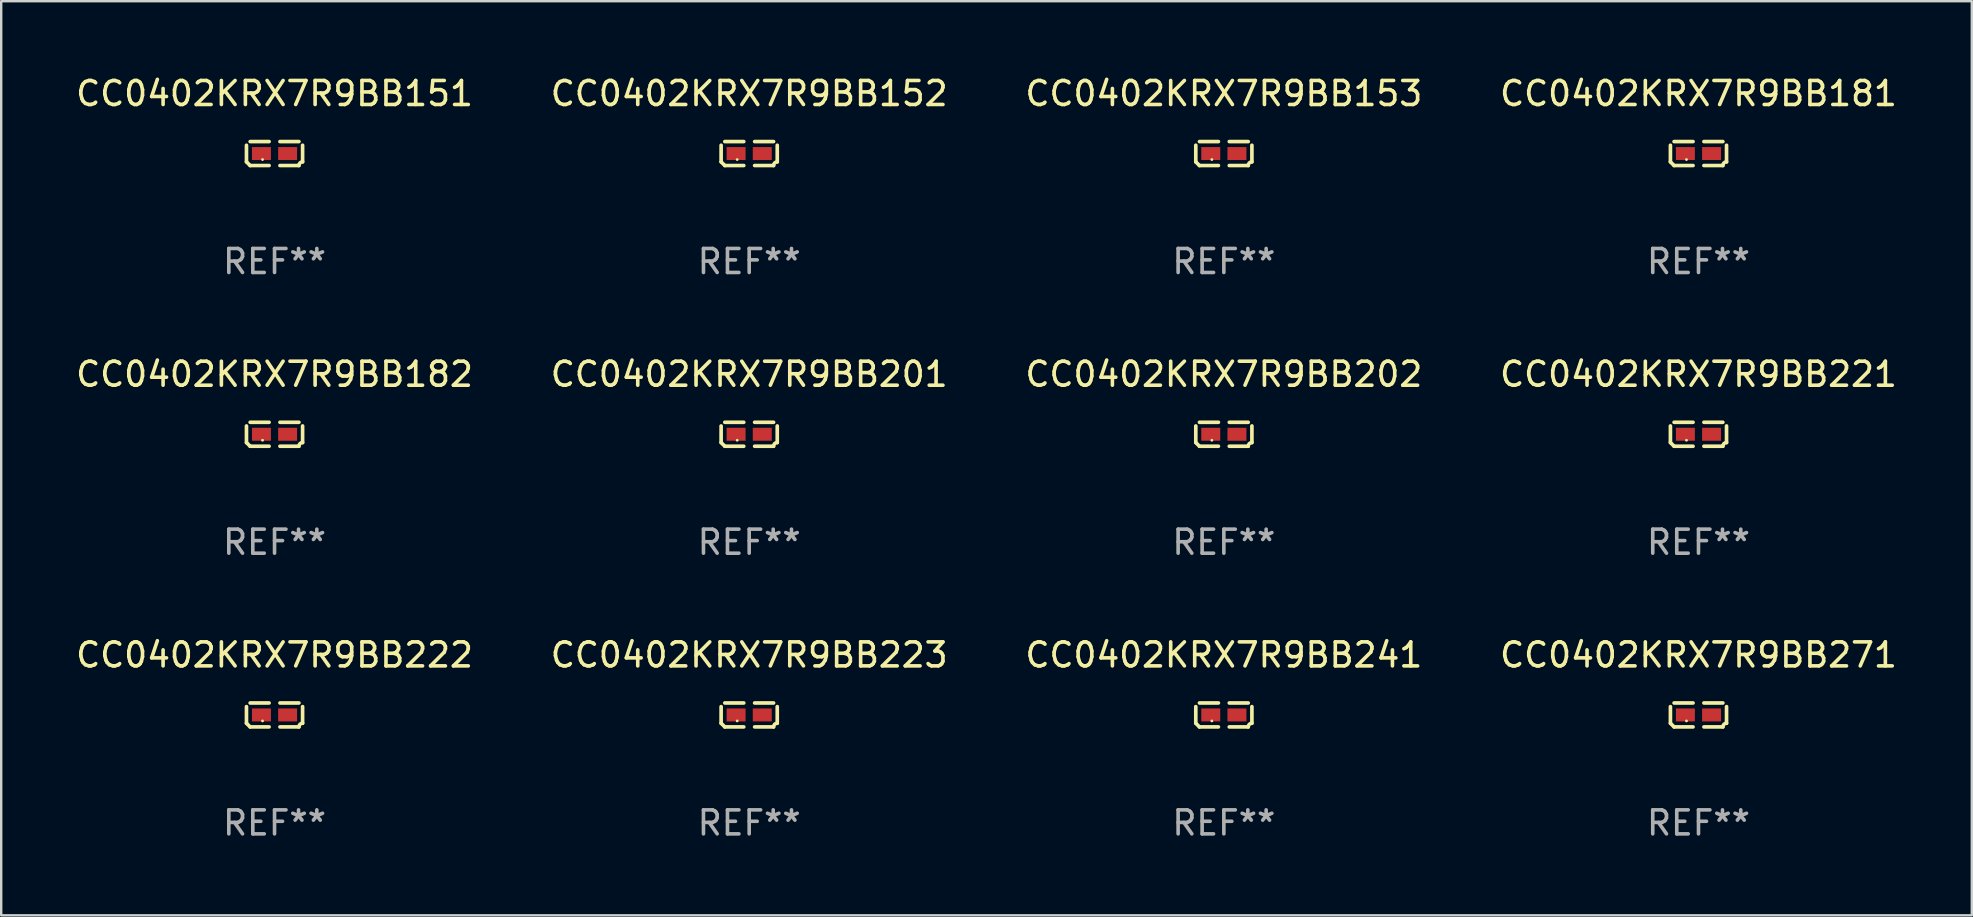
<source format=kicad_pcb>
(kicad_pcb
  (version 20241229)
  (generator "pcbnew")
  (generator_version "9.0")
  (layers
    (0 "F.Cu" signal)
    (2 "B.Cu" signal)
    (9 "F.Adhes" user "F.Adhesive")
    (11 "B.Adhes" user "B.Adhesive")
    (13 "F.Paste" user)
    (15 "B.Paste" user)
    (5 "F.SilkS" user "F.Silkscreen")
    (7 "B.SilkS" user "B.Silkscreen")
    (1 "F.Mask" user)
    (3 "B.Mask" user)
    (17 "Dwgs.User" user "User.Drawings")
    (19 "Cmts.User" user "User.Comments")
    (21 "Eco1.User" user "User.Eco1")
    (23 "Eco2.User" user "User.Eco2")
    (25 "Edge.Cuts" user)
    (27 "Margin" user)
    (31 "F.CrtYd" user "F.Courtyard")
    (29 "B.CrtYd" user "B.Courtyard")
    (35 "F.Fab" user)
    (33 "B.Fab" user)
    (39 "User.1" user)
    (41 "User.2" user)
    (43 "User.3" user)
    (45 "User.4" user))
  (footprint "CC0402KRX7R9BB153"
    (layer "F.Cu")
    (at 47.935 3.347)
    (property "Reference" "CC0402KRX7R9BB153" (at 0 -2.499 0) (layer "F.SilkS") (effects (font (size 1 1) (thickness 0.15))))
    (attr through_hole)
    (fp_line (start -1.169 0.346) (end -1.169 -0.346) (stroke (width 0.152) (type solid)) (layer "F.SilkS"))
    (fp_line (start -1.016 -0.499) (end -0.226 -0.499) (stroke (width 0.152) (type solid)) (layer "F.SilkS"))
    (fp_line (start -0.226 0.499) (end -1.016 0.499) (stroke (width 0.152) (type solid)) (layer "F.SilkS"))
    (fp_line (start 0.226 0.499) (end 1.016 0.499) (stroke (width 0.152) (type solid)) (layer "F.SilkS"))
    (fp_line (start 1.016 -0.499) (end 0.226 -0.499) (stroke (width 0.152) (type solid)) (layer "F.SilkS"))
    (fp_line (start 1.169 0.346) (end 1.169 -0.346) (stroke (width 0.152) (type solid)) (layer "F.SilkS"))
    (fp_arc (start -1.016307 0.498603) (mid -1.092512 0.422405) (end -1.16871 0.3462) (stroke (width 0.1524) (type solid)) (layer "F.SilkS"))
    (fp_arc (start 1.016307 0.498603) (mid 1.060899 0.390758) (end 1.168707 0.346076) (stroke (width 0.1524) (type solid)) (layer "F.SilkS"))
    (fp_circle (center -0.5 0.25) (end -0.47 0.25) (stroke (width 0.06) (type solid)) (fill no) (layer "F.SilkS"))
    (fp_text user "REF**" (at 0 4.499 0) (layer "F.Fab") (effects (font (size 1 1) (thickness 0.15))))
    (pad "1" smd rect (at -0.545 0) (size 0.79 0.54) (layers "F.Cu" "F.Mask" "F.Paste"))
    (pad "2" smd rect (at 0.545 0) (size 0.79 0.54) (layers "F.Cu" "F.Mask" "F.Paste")))
  (footprint "CC0402KRX7R9BB181"
    (layer "F.Cu")
    (at 67.708 3.347)
    (property "Reference" "CC0402KRX7R9BB181" (at 0 -2.499 0) (layer "F.SilkS") (effects (font (size 1 1) (thickness 0.15))))
    (attr through_hole)
    (fp_line (start -1.169 0.346) (end -1.169 -0.346) (stroke (width 0.152) (type solid)) (layer "F.SilkS"))
    (fp_line (start -1.016 -0.499) (end -0.226 -0.499) (stroke (width 0.152) (type solid)) (layer "F.SilkS"))
    (fp_line (start -0.226 0.499) (end -1.016 0.499) (stroke (width 0.152) (type solid)) (layer "F.SilkS"))
    (fp_line (start 0.226 0.499) (end 1.016 0.499) (stroke (width 0.152) (type solid)) (layer "F.SilkS"))
    (fp_line (start 1.016 -0.499) (end 0.226 -0.499) (stroke (width 0.152) (type solid)) (layer "F.SilkS"))
    (fp_line (start 1.169 0.346) (end 1.169 -0.346) (stroke (width 0.152) (type solid)) (layer "F.SilkS"))
    (fp_arc (start -1.016307 0.498603) (mid -1.092512 0.422405) (end -1.16871 0.3462) (stroke (width 0.1524) (type solid)) (layer "F.SilkS"))
    (fp_arc (start 1.016307 0.498603) (mid 1.060899 0.390758) (end 1.168707 0.346076) (stroke (width 0.1524) (type solid)) (layer "F.SilkS"))
    (fp_circle (center -0.5 0.25) (end -0.47 0.25) (stroke (width 0.06) (type solid)) (fill no) (layer "F.SilkS"))
    (fp_text user "REF**" (at 0 4.499 0) (layer "F.Fab") (effects (font (size 1 1) (thickness 0.15))))
    (pad "1" smd rect (at -0.545 0) (size 0.79 0.54) (layers "F.Cu" "F.Mask" "F.Paste"))
    (pad "2" smd rect (at 0.545 0) (size 0.79 0.54) (layers "F.Cu" "F.Mask" "F.Paste")))
  (footprint "CC0402KRX7R9BB223"
    (layer "F.Cu")
    (at 28.161 26.734)
    (property "Reference" "CC0402KRX7R9BB223" (at 0 -2.499 0) (layer "F.SilkS") (effects (font (size 1 1) (thickness 0.15))))
    (attr through_hole)
    (fp_line (start -1.169 0.346) (end -1.169 -0.346) (stroke (width 0.152) (type solid)) (layer "F.SilkS"))
    (fp_line (start -1.016 -0.499) (end -0.226 -0.499) (stroke (width 0.152) (type solid)) (layer "F.SilkS"))
    (fp_line (start -0.226 0.499) (end -1.016 0.499) (stroke (width 0.152) (type solid)) (layer "F.SilkS"))
    (fp_line (start 0.226 0.499) (end 1.016 0.499) (stroke (width 0.152) (type solid)) (layer "F.SilkS"))
    (fp_line (start 1.016 -0.499) (end 0.226 -0.499) (stroke (width 0.152) (type solid)) (layer "F.SilkS"))
    (fp_line (start 1.169 0.346) (end 1.169 -0.346) (stroke (width 0.152) (type solid)) (layer "F.SilkS"))
    (fp_arc (start -1.016307 0.498603) (mid -1.092512 0.422405) (end -1.16871 0.3462) (stroke (width 0.1524) (type solid)) (layer "F.SilkS"))
    (fp_arc (start 1.016307 0.498603) (mid 1.060899 0.390758) (end 1.168707 0.346076) (stroke (width 0.1524) (type solid)) (layer "F.SilkS"))
    (fp_circle (center -0.5 0.25) (end -0.47 0.25) (stroke (width 0.06) (type solid)) (fill no) (layer "F.SilkS"))
    (fp_text user "REF**" (at 0 4.499 0) (layer "F.Fab") (effects (font (size 1 1) (thickness 0.15))))
    (pad "1" smd rect (at -0.545 0) (size 0.79 0.54) (layers "F.Cu" "F.Mask" "F.Paste"))
    (pad "2" smd rect (at 0.545 0) (size 0.79 0.54) (layers "F.Cu" "F.Mask" "F.Paste")))
  (footprint "CC0402KRX7R9BB182"
    (layer "F.Cu")
    (at 8.387 15.041)
    (property "Reference" "CC0402KRX7R9BB182" (at 0 -2.499 0) (layer "F.SilkS") (effects (font (size 1 1) (thickness 0.15))))
    (attr through_hole)
    (fp_line (start -1.169 0.346) (end -1.169 -0.346) (stroke (width 0.152) (type solid)) (layer "F.SilkS"))
    (fp_line (start -1.016 -0.499) (end -0.226 -0.499) (stroke (width 0.152) (type solid)) (layer "F.SilkS"))
    (fp_line (start -0.226 0.499) (end -1.016 0.499) (stroke (width 0.152) (type solid)) (layer "F.SilkS"))
    (fp_line (start 0.226 0.499) (end 1.016 0.499) (stroke (width 0.152) (type solid)) (layer "F.SilkS"))
    (fp_line (start 1.016 -0.499) (end 0.226 -0.499) (stroke (width 0.152) (type solid)) (layer "F.SilkS"))
    (fp_line (start 1.169 0.346) (end 1.169 -0.346) (stroke (width 0.152) (type solid)) (layer "F.SilkS"))
    (fp_arc (start -1.016307 0.498603) (mid -1.092512 0.422405) (end -1.16871 0.3462) (stroke (width 0.1524) (type solid)) (layer "F.SilkS"))
    (fp_arc (start 1.016307 0.498603) (mid 1.060899 0.390758) (end 1.168707 0.346076) (stroke (width 0.1524) (type solid)) (layer "F.SilkS"))
    (fp_circle (center -0.5 0.25) (end -0.47 0.25) (stroke (width 0.06) (type solid)) (fill no) (layer "F.SilkS"))
    (fp_text user "REF**" (at 0 4.499 0) (layer "F.Fab") (effects (font (size 1 1) (thickness 0.15))))
    (pad "1" smd rect (at -0.545 0) (size 0.79 0.54) (layers "F.Cu" "F.Mask" "F.Paste"))
    (pad "2" smd rect (at 0.545 0) (size 0.79 0.54) (layers "F.Cu" "F.Mask" "F.Paste")))
  (footprint "CC0402KRX7R9BB151"
    (layer "F.Cu")
    (at 8.387 3.347)
    (property "Reference" "CC0402KRX7R9BB151" (at 0 -2.499 0) (layer "F.SilkS") (effects (font (size 1 1) (thickness 0.15))))
    (attr through_hole)
    (fp_line (start -1.169 0.346) (end -1.169 -0.346) (stroke (width 0.152) (type solid)) (layer "F.SilkS"))
    (fp_line (start -1.016 -0.499) (end -0.226 -0.499) (stroke (width 0.152) (type solid)) (layer "F.SilkS"))
    (fp_line (start -0.226 0.499) (end -1.016 0.499) (stroke (width 0.152) (type solid)) (layer "F.SilkS"))
    (fp_line (start 0.226 0.499) (end 1.016 0.499) (stroke (width 0.152) (type solid)) (layer "F.SilkS"))
    (fp_line (start 1.016 -0.499) (end 0.226 -0.499) (stroke (width 0.152) (type solid)) (layer "F.SilkS"))
    (fp_line (start 1.169 0.346) (end 1.169 -0.346) (stroke (width 0.152) (type solid)) (layer "F.SilkS"))
    (fp_arc (start -1.016307 0.498603) (mid -1.092512 0.422405) (end -1.16871 0.3462) (stroke (width 0.1524) (type solid)) (layer "F.SilkS"))
    (fp_arc (start 1.016307 0.498603) (mid 1.060899 0.390758) (end 1.168707 0.346076) (stroke (width 0.1524) (type solid)) (layer "F.SilkS"))
    (fp_circle (center -0.5 0.25) (end -0.47 0.25) (stroke (width 0.06) (type solid)) (fill no) (layer "F.SilkS"))
    (fp_text user "REF**" (at 0 4.499 0) (layer "F.Fab") (effects (font (size 1 1) (thickness 0.15))))
    (pad "1" smd rect (at -0.545 0) (size 0.79 0.54) (layers "F.Cu" "F.Mask" "F.Paste"))
    (pad "2" smd rect (at 0.545 0) (size 0.79 0.54) (layers "F.Cu" "F.Mask" "F.Paste")))
  (footprint "CC0402KRX7R9BB271"
    (layer "F.Cu")
    (at 67.708 26.734)
    (property "Reference" "CC0402KRX7R9BB271" (at 0 -2.499 0) (layer "F.SilkS") (effects (font (size 1 1) (thickness 0.15))))
    (attr through_hole)
    (fp_line (start -1.169 0.346) (end -1.169 -0.346) (stroke (width 0.152) (type solid)) (layer "F.SilkS"))
    (fp_line (start -1.016 -0.499) (end -0.226 -0.499) (stroke (width 0.152) (type solid)) (layer "F.SilkS"))
    (fp_line (start -0.226 0.499) (end -1.016 0.499) (stroke (width 0.152) (type solid)) (layer "F.SilkS"))
    (fp_line (start 0.226 0.499) (end 1.016 0.499) (stroke (width 0.152) (type solid)) (layer "F.SilkS"))
    (fp_line (start 1.016 -0.499) (end 0.226 -0.499) (stroke (width 0.152) (type solid)) (layer "F.SilkS"))
    (fp_line (start 1.169 0.346) (end 1.169 -0.346) (stroke (width 0.152) (type solid)) (layer "F.SilkS"))
    (fp_arc (start -1.016307 0.498603) (mid -1.092512 0.422405) (end -1.16871 0.3462) (stroke (width 0.1524) (type solid)) (layer "F.SilkS"))
    (fp_arc (start 1.016307 0.498603) (mid 1.060899 0.390758) (end 1.168707 0.346076) (stroke (width 0.1524) (type solid)) (layer "F.SilkS"))
    (fp_circle (center -0.5 0.25) (end -0.47 0.25) (stroke (width 0.06) (type solid)) (fill no) (layer "F.SilkS"))
    (fp_text user "REF**" (at 0 4.499 0) (layer "F.Fab") (effects (font (size 1 1) (thickness 0.15))))
    (pad "1" smd rect (at -0.545 0) (size 0.79 0.54) (layers "F.Cu" "F.Mask" "F.Paste"))
    (pad "2" smd rect (at 0.545 0) (size 0.79 0.54) (layers "F.Cu" "F.Mask" "F.Paste")))
  (footprint "CC0402KRX7R9BB241"
    (layer "F.Cu")
    (at 47.935 26.734)
    (property "Reference" "CC0402KRX7R9BB241" (at 0 -2.499 0) (layer "F.SilkS") (effects (font (size 1 1) (thickness 0.15))))
    (attr through_hole)
    (fp_line (start -1.169 0.346) (end -1.169 -0.346) (stroke (width 0.152) (type solid)) (layer "F.SilkS"))
    (fp_line (start -1.016 -0.499) (end -0.226 -0.499) (stroke (width 0.152) (type solid)) (layer "F.SilkS"))
    (fp_line (start -0.226 0.499) (end -1.016 0.499) (stroke (width 0.152) (type solid)) (layer "F.SilkS"))
    (fp_line (start 0.226 0.499) (end 1.016 0.499) (stroke (width 0.152) (type solid)) (layer "F.SilkS"))
    (fp_line (start 1.016 -0.499) (end 0.226 -0.499) (stroke (width 0.152) (type solid)) (layer "F.SilkS"))
    (fp_line (start 1.169 0.346) (end 1.169 -0.346) (stroke (width 0.152) (type solid)) (layer "F.SilkS"))
    (fp_arc (start -1.016307 0.498603) (mid -1.092512 0.422405) (end -1.16871 0.3462) (stroke (width 0.1524) (type solid)) (layer "F.SilkS"))
    (fp_arc (start 1.016307 0.498603) (mid 1.060899 0.390758) (end 1.168707 0.346076) (stroke (width 0.1524) (type solid)) (layer "F.SilkS"))
    (fp_circle (center -0.5 0.25) (end -0.47 0.25) (stroke (width 0.06) (type solid)) (fill no) (layer "F.SilkS"))
    (fp_text user "REF**" (at 0 4.499 0) (layer "F.Fab") (effects (font (size 1 1) (thickness 0.15))))
    (pad "1" smd rect (at -0.545 0) (size 0.79 0.54) (layers "F.Cu" "F.Mask" "F.Paste"))
    (pad "2" smd rect (at 0.545 0) (size 0.79 0.54) (layers "F.Cu" "F.Mask" "F.Paste")))
  (footprint "CC0402KRX7R9BB202"
    (layer "F.Cu")
    (at 47.935 15.041)
    (property "Reference" "CC0402KRX7R9BB202" (at 0 -2.499 0) (layer "F.SilkS") (effects (font (size 1 1) (thickness 0.15))))
    (attr through_hole)
    (fp_line (start -1.169 0.346) (end -1.169 -0.346) (stroke (width 0.152) (type solid)) (layer "F.SilkS"))
    (fp_line (start -1.016 -0.499) (end -0.226 -0.499) (stroke (width 0.152) (type solid)) (layer "F.SilkS"))
    (fp_line (start -0.226 0.499) (end -1.016 0.499) (stroke (width 0.152) (type solid)) (layer "F.SilkS"))
    (fp_line (start 0.226 0.499) (end 1.016 0.499) (stroke (width 0.152) (type solid)) (layer "F.SilkS"))
    (fp_line (start 1.016 -0.499) (end 0.226 -0.499) (stroke (width 0.152) (type solid)) (layer "F.SilkS"))
    (fp_line (start 1.169 0.346) (end 1.169 -0.346) (stroke (width 0.152) (type solid)) (layer "F.SilkS"))
    (fp_arc (start -1.016307 0.498603) (mid -1.092512 0.422405) (end -1.16871 0.3462) (stroke (width 0.1524) (type solid)) (layer "F.SilkS"))
    (fp_arc (start 1.016307 0.498603) (mid 1.060899 0.390758) (end 1.168707 0.346076) (stroke (width 0.1524) (type solid)) (layer "F.SilkS"))
    (fp_circle (center -0.5 0.25) (end -0.47 0.25) (stroke (width 0.06) (type solid)) (fill no) (layer "F.SilkS"))
    (fp_text user "REF**" (at 0 4.499 0) (layer "F.Fab") (effects (font (size 1 1) (thickness 0.15))))
    (pad "1" smd rect (at -0.545 0) (size 0.79 0.54) (layers "F.Cu" "F.Mask" "F.Paste"))
    (pad "2" smd rect (at 0.545 0) (size 0.79 0.54) (layers "F.Cu" "F.Mask" "F.Paste")))
  (footprint "CC0402KRX7R9BB222"
    (layer "F.Cu")
    (at 8.387 26.734)
    (property "Reference" "CC0402KRX7R9BB222" (at 0 -2.499 0) (layer "F.SilkS") (effects (font (size 1 1) (thickness 0.15))))
    (attr through_hole)
    (fp_line (start -1.169 0.346) (end -1.169 -0.346) (stroke (width 0.152) (type solid)) (layer "F.SilkS"))
    (fp_line (start -1.016 -0.499) (end -0.226 -0.499) (stroke (width 0.152) (type solid)) (layer "F.SilkS"))
    (fp_line (start -0.226 0.499) (end -1.016 0.499) (stroke (width 0.152) (type solid)) (layer "F.SilkS"))
    (fp_line (start 0.226 0.499) (end 1.016 0.499) (stroke (width 0.152) (type solid)) (layer "F.SilkS"))
    (fp_line (start 1.016 -0.499) (end 0.226 -0.499) (stroke (width 0.152) (type solid)) (layer "F.SilkS"))
    (fp_line (start 1.169 0.346) (end 1.169 -0.346) (stroke (width 0.152) (type solid)) (layer "F.SilkS"))
    (fp_arc (start -1.016307 0.498603) (mid -1.092512 0.422405) (end -1.16871 0.3462) (stroke (width 0.1524) (type solid)) (layer "F.SilkS"))
    (fp_arc (start 1.016307 0.498603) (mid 1.060899 0.390758) (end 1.168707 0.346076) (stroke (width 0.1524) (type solid)) (layer "F.SilkS"))
    (fp_circle (center -0.5 0.25) (end -0.47 0.25) (stroke (width 0.06) (type solid)) (fill no) (layer "F.SilkS"))
    (fp_text user "REF**" (at 0 4.499 0) (layer "F.Fab") (effects (font (size 1 1) (thickness 0.15))))
    (pad "1" smd rect (at -0.545 0) (size 0.79 0.54) (layers "F.Cu" "F.Mask" "F.Paste"))
    (pad "2" smd rect (at 0.545 0) (size 0.79 0.54) (layers "F.Cu" "F.Mask" "F.Paste")))
  (footprint "CC0402KRX7R9BB201"
    (layer "F.Cu")
    (at 28.161 15.041)
    (property "Reference" "CC0402KRX7R9BB201" (at 0 -2.499 0) (layer "F.SilkS") (effects (font (size 1 1) (thickness 0.15))))
    (attr through_hole)
    (fp_line (start -1.169 0.346) (end -1.169 -0.346) (stroke (width 0.152) (type solid)) (layer "F.SilkS"))
    (fp_line (start -1.016 -0.499) (end -0.226 -0.499) (stroke (width 0.152) (type solid)) (layer "F.SilkS"))
    (fp_line (start -0.226 0.499) (end -1.016 0.499) (stroke (width 0.152) (type solid)) (layer "F.SilkS"))
    (fp_line (start 0.226 0.499) (end 1.016 0.499) (stroke (width 0.152) (type solid)) (layer "F.SilkS"))
    (fp_line (start 1.016 -0.499) (end 0.226 -0.499) (stroke (width 0.152) (type solid)) (layer "F.SilkS"))
    (fp_line (start 1.169 0.346) (end 1.169 -0.346) (stroke (width 0.152) (type solid)) (layer "F.SilkS"))
    (fp_arc (start -1.016307 0.498603) (mid -1.092512 0.422405) (end -1.16871 0.3462) (stroke (width 0.1524) (type solid)) (layer "F.SilkS"))
    (fp_arc (start 1.016307 0.498603) (mid 1.060899 0.390758) (end 1.168707 0.346076) (stroke (width 0.1524) (type solid)) (layer "F.SilkS"))
    (fp_circle (center -0.5 0.25) (end -0.47 0.25) (stroke (width 0.06) (type solid)) (fill no) (layer "F.SilkS"))
    (fp_text user "REF**" (at 0 4.499 0) (layer "F.Fab") (effects (font (size 1 1) (thickness 0.15))))
    (pad "1" smd rect (at -0.545 0) (size 0.79 0.54) (layers "F.Cu" "F.Mask" "F.Paste"))
    (pad "2" smd rect (at 0.545 0) (size 0.79 0.54) (layers "F.Cu" "F.Mask" "F.Paste")))
  (footprint "CC0402KRX7R9BB221"
    (layer "F.Cu")
    (at 67.708 15.041)
    (property "Reference" "CC0402KRX7R9BB221" (at 0 -2.499 0) (layer "F.SilkS") (effects (font (size 1 1) (thickness 0.15))))
    (attr through_hole)
    (fp_line (start -1.169 0.346) (end -1.169 -0.346) (stroke (width 0.152) (type solid)) (layer "F.SilkS"))
    (fp_line (start -1.016 -0.499) (end -0.226 -0.499) (stroke (width 0.152) (type solid)) (layer "F.SilkS"))
    (fp_line (start -0.226 0.499) (end -1.016 0.499) (stroke (width 0.152) (type solid)) (layer "F.SilkS"))
    (fp_line (start 0.226 0.499) (end 1.016 0.499) (stroke (width 0.152) (type solid)) (layer "F.SilkS"))
    (fp_line (start 1.016 -0.499) (end 0.226 -0.499) (stroke (width 0.152) (type solid)) (layer "F.SilkS"))
    (fp_line (start 1.169 0.346) (end 1.169 -0.346) (stroke (width 0.152) (type solid)) (layer "F.SilkS"))
    (fp_arc (start -1.016307 0.498603) (mid -1.092512 0.422405) (end -1.16871 0.3462) (stroke (width 0.1524) (type solid)) (layer "F.SilkS"))
    (fp_arc (start 1.016307 0.498603) (mid 1.060899 0.390758) (end 1.168707 0.346076) (stroke (width 0.1524) (type solid)) (layer "F.SilkS"))
    (fp_circle (center -0.5 0.25) (end -0.47 0.25) (stroke (width 0.06) (type solid)) (fill no) (layer "F.SilkS"))
    (fp_text user "REF**" (at 0 4.499 0) (layer "F.Fab") (effects (font (size 1 1) (thickness 0.15))))
    (pad "1" smd rect (at -0.545 0) (size 0.79 0.54) (layers "F.Cu" "F.Mask" "F.Paste"))
    (pad "2" smd rect (at 0.545 0) (size 0.79 0.54) (layers "F.Cu" "F.Mask" "F.Paste")))
  (footprint "CC0402KRX7R9BB152"
    (layer "F.Cu")
    (at 28.161 3.347)
    (property "Reference" "CC0402KRX7R9BB152" (at 0 -2.499 0) (layer "F.SilkS") (effects (font (size 1 1) (thickness 0.15))))
    (attr through_hole)
    (fp_line (start -1.169 0.346) (end -1.169 -0.346) (stroke (width 0.152) (type solid)) (layer "F.SilkS"))
    (fp_line (start -1.016 -0.499) (end -0.226 -0.499) (stroke (width 0.152) (type solid)) (layer "F.SilkS"))
    (fp_line (start -0.226 0.499) (end -1.016 0.499) (stroke (width 0.152) (type solid)) (layer "F.SilkS"))
    (fp_line (start 0.226 0.499) (end 1.016 0.499) (stroke (width 0.152) (type solid)) (layer "F.SilkS"))
    (fp_line (start 1.016 -0.499) (end 0.226 -0.499) (stroke (width 0.152) (type solid)) (layer "F.SilkS"))
    (fp_line (start 1.169 0.346) (end 1.169 -0.346) (stroke (width 0.152) (type solid)) (layer "F.SilkS"))
    (fp_arc (start -1.016307 0.498603) (mid -1.092512 0.422405) (end -1.16871 0.3462) (stroke (width 0.1524) (type solid)) (layer "F.SilkS"))
    (fp_arc (start 1.016307 0.498603) (mid 1.060899 0.390758) (end 1.168707 0.346076) (stroke (width 0.1524) (type solid)) (layer "F.SilkS"))
    (fp_circle (center -0.5 0.25) (end -0.47 0.25) (stroke (width 0.06) (type solid)) (fill no) (layer "F.SilkS"))
    (fp_text user "REF**" (at 0 4.499 0) (layer "F.Fab") (effects (font (size 1 1) (thickness 0.15))))
    (pad "1" smd rect (at -0.545 0) (size 0.79 0.54) (layers "F.Cu" "F.Mask" "F.Paste"))
    (pad "2" smd rect (at 0.545 0) (size 0.79 0.54) (layers "F.Cu" "F.Mask" "F.Paste")))
  (gr_rect
    (start -3 -3)
    (end 79.095 35.081)
    (stroke (width 0.1) (type default))
    (fill no)
    (layer "Edge.Cuts")))
</source>
